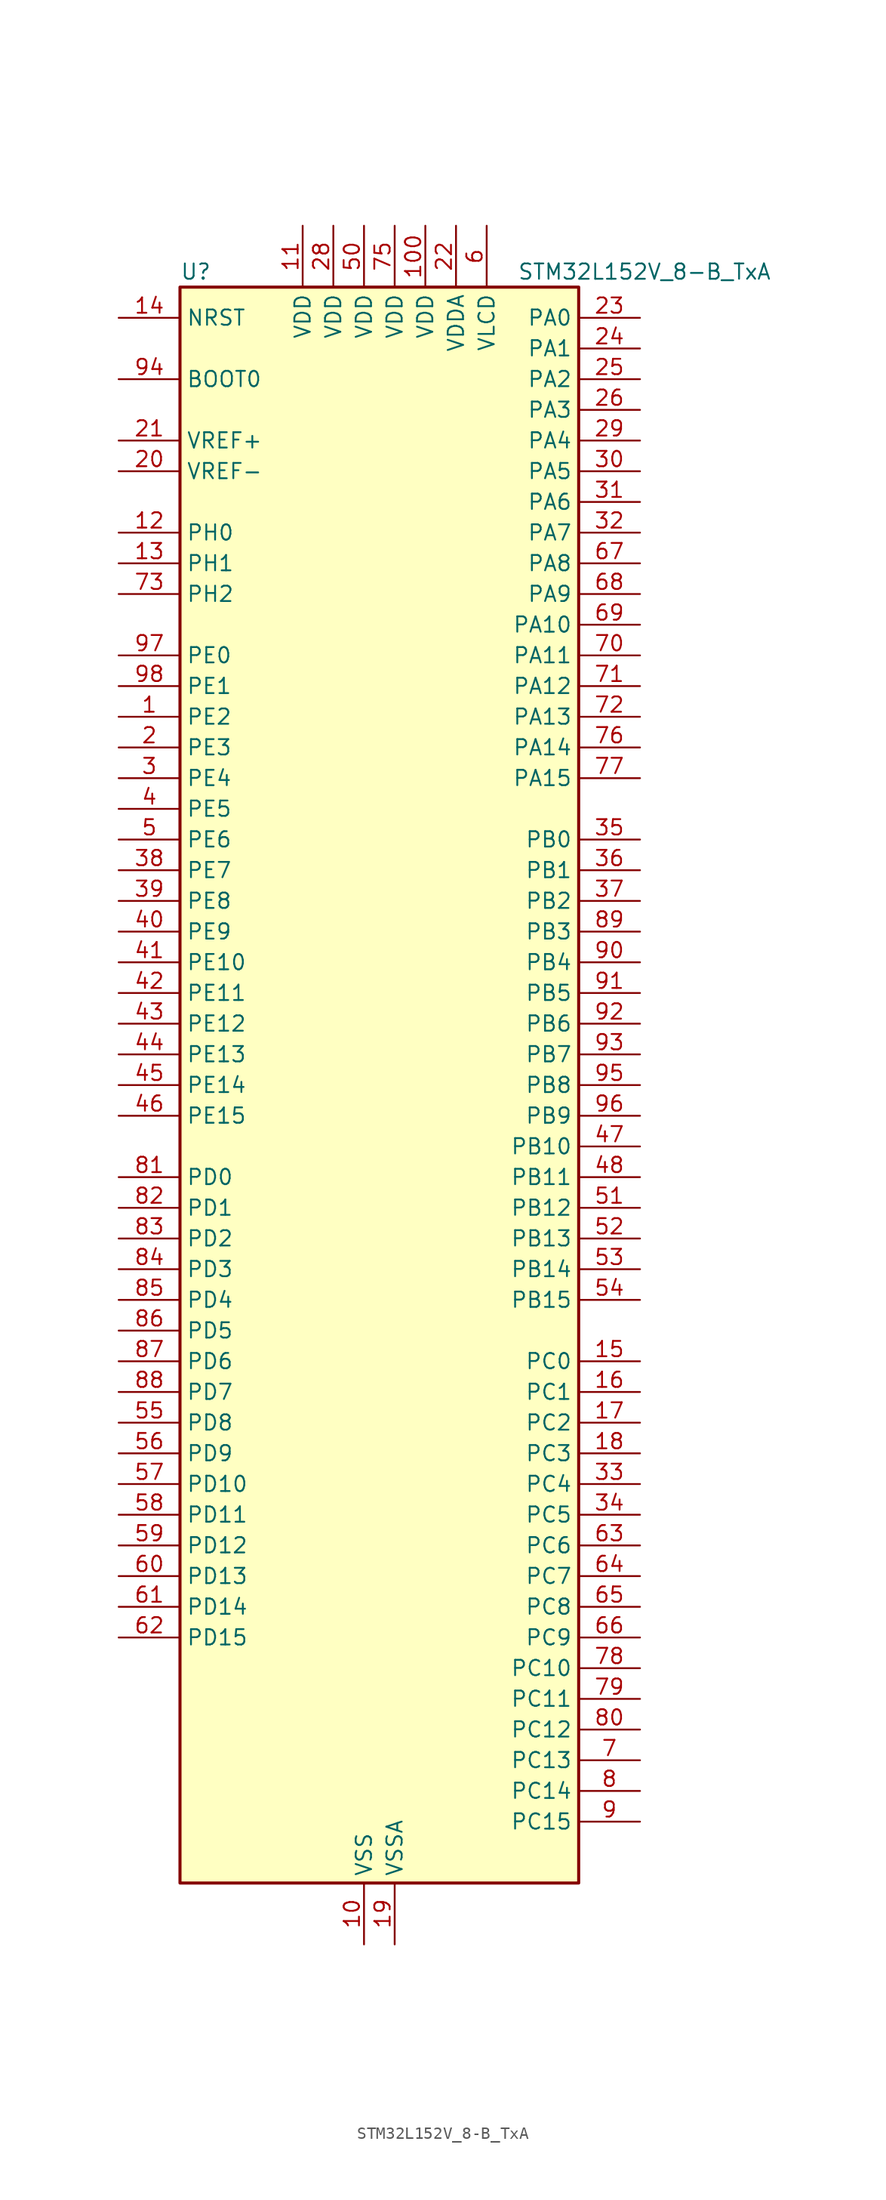
<source format=kicad_sym>
(kicad_symbol_lib
  (version 20231120)
  (generator "kicad-library-utils")
  (generator_version "8.0")
  (symbol "STM32L152V_8-B_TxA"
    (property "Reference" "U"
      (at -15.24 67.31 0)
      (effects (font (size 1.27 1.27)) (justify left)))
    (property "Value" "STM32L152V_8-B_TxA"
      (at 12.7 67.31 0)
      (effects (font (size 1.27 1.27)) (justify left)))
    (symbol "STM32L152V_8-B_TxA_0_1"
      (rectangle (start -15.24 -66.04) (end 17.78 66.04) (stroke (width 0.254) (type default)) (fill (type background))))
    (symbol "STM32L152V_8-B_TxA_1_1"
      (pin bidirectional line (at -20.32 30.48 0) (length 5.08) (name "PE2" (effects (font (size 1.27 1.27)))) (number "1" (effects (font (size 1.27 1.27)))) (alternate "LCD_SEG38" bidirectional line) (alternate "SYS_TRACECK" bidirectional line) (alternate "TIM3_ETR" bidirectional line) (alternate "TIMX_IC3" bidirectional line))
      (pin power_in line (at 0 -71.12 90) (length 5.08) (name "VSS" (effects (font (size 1.27 1.27)))) (number "10" (effects (font (size 1.27 1.27)))))
      (pin power_in line (at 5.08 71.12 270) (length 5.08) (name "VDD" (effects (font (size 1.27 1.27)))) (number "100" (effects (font (size 1.27 1.27)))))
      (pin power_in line (at -5.08 71.12 270) (length 5.08) (name "VDD" (effects (font (size 1.27 1.27)))) (number "11" (effects (font (size 1.27 1.27)))))
      (pin bidirectional line (at -20.32 45.72 0) (length 5.08) (name "PH0" (effects (font (size 1.27 1.27)))) (number "12" (effects (font (size 1.27 1.27)))) (alternate "RCC_OSC_IN" bidirectional line))
      (pin bidirectional line (at -20.32 43.18 0) (length 5.08) (name "PH1" (effects (font (size 1.27 1.27)))) (number "13" (effects (font (size 1.27 1.27)))) (alternate "RCC_OSC_OUT" bidirectional line))
      (pin input line (at -20.32 63.5 0) (length 5.08) (name "NRST" (effects (font (size 1.27 1.27)))) (number "14" (effects (font (size 1.27 1.27)))))
      (pin bidirectional line (at 22.86 -22.86 180) (length 5.08) (name "PC0" (effects (font (size 1.27 1.27)))) (number "15" (effects (font (size 1.27 1.27)))) (alternate "ADC_IN10" bidirectional line) (alternate "COMP1_INP" bidirectional line) (alternate "LCD_SEG18" bidirectional line) (alternate "TIMX_IC1" bidirectional line) (alternate "TS_G8_IO1" bidirectional line))
      (pin bidirectional line (at 22.86 -25.4 180) (length 5.08) (name "PC1" (effects (font (size 1.27 1.27)))) (number "16" (effects (font (size 1.27 1.27)))) (alternate "ADC_IN11" bidirectional line) (alternate "COMP1_INP" bidirectional line) (alternate "LCD_SEG19" bidirectional line) (alternate "TIMX_IC2" bidirectional line) (alternate "TS_G8_IO2" bidirectional line))
      (pin bidirectional line (at 22.86 -27.94 180) (length 5.08) (name "PC2" (effects (font (size 1.27 1.27)))) (number "17" (effects (font (size 1.27 1.27)))) (alternate "ADC_IN12" bidirectional line) (alternate "COMP1_INP" bidirectional line) (alternate "LCD_SEG20" bidirectional line) (alternate "TIMX_IC3" bidirectional line) (alternate "TS_G8_IO3" bidirectional line))
      (pin bidirectional line (at 22.86 -30.48 180) (length 5.08) (name "PC3" (effects (font (size 1.27 1.27)))) (number "18" (effects (font (size 1.27 1.27)))) (alternate "ADC_IN13" bidirectional line) (alternate "COMP1_INP" bidirectional line) (alternate "LCD_SEG21" bidirectional line) (alternate "TIMX_IC4" bidirectional line) (alternate "TS_G8_IO4" bidirectional line))
      (pin power_in line (at 2.54 -71.12 90) (length 5.08) (name "VSSA" (effects (font (size 1.27 1.27)))) (number "19" (effects (font (size 1.27 1.27)))))
      (pin bidirectional line (at -20.32 27.94 0) (length 5.08) (name "PE3" (effects (font (size 1.27 1.27)))) (number "2" (effects (font (size 1.27 1.27)))) (alternate "LCD_SEG39" bidirectional line) (alternate "SYS_TRACED0" bidirectional line) (alternate "TIM3_CH1" bidirectional line) (alternate "TIMX_IC4" bidirectional line))
      (pin input line (at -20.32 50.8 0) (length 5.08) (name "VREF-" (effects (font (size 1.27 1.27)))) (number "20" (effects (font (size 1.27 1.27)))))
      (pin input line (at -20.32 53.34 0) (length 5.08) (name "VREF+" (effects (font (size 1.27 1.27)))) (number "21" (effects (font (size 1.27 1.27)))))
      (pin power_in line (at 7.62 71.12 270) (length 5.08) (name "VDDA" (effects (font (size 1.27 1.27)))) (number "22" (effects (font (size 1.27 1.27)))))
      (pin bidirectional line (at 22.86 63.5 180) (length 5.08) (name "PA0" (effects (font (size 1.27 1.27)))) (number "23" (effects (font (size 1.27 1.27)))) (alternate "ADC_IN0" bidirectional line) (alternate "COMP1_INP" bidirectional line) (alternate "RTC_TAMP2" bidirectional line) (alternate "SYS_WKUP1" bidirectional line) (alternate "TIM2_CH1" bidirectional line) (alternate "TIM2_ETR" bidirectional line) (alternate "TIMX_IC1" bidirectional line) (alternate "TS_G1_IO1" bidirectional line) (alternate "USART2_CTS" bidirectional line))
      (pin bidirectional line (at 22.86 60.96 180) (length 5.08) (name "PA1" (effects (font (size 1.27 1.27)))) (number "24" (effects (font (size 1.27 1.27)))) (alternate "ADC_IN1" bidirectional line) (alternate "COMP1_INP" bidirectional line) (alternate "LCD_SEG0" bidirectional line) (alternate "TIM2_CH2" bidirectional line) (alternate "TIMX_IC2" bidirectional line) (alternate "TS_G1_IO2" bidirectional line) (alternate "USART2_RTS" bidirectional line))
      (pin bidirectional line (at 22.86 58.42 180) (length 5.08) (name "PA2" (effects (font (size 1.27 1.27)))) (number "25" (effects (font (size 1.27 1.27)))) (alternate "ADC_IN2" bidirectional line) (alternate "COMP1_INP" bidirectional line) (alternate "LCD_SEG1" bidirectional line) (alternate "TIM2_CH3" bidirectional line) (alternate "TIM9_CH1" bidirectional line) (alternate "TIMX_IC3" bidirectional line) (alternate "TS_G1_IO3" bidirectional line) (alternate "USART2_TX" bidirectional line))
      (pin bidirectional line (at 22.86 55.88 180) (length 5.08) (name "PA3" (effects (font (size 1.27 1.27)))) (number "26" (effects (font (size 1.27 1.27)))) (alternate "ADC_IN3" bidirectional line) (alternate "COMP1_INP" bidirectional line) (alternate "LCD_SEG2" bidirectional line) (alternate "TIM2_CH4" bidirectional line) (alternate "TIM9_CH2" bidirectional line) (alternate "TIMX_IC4" bidirectional line) (alternate "TS_G1_IO4" bidirectional line) (alternate "USART2_RX" bidirectional line))
      (pin passive line (at 0 -71.12 90) (length 5.08) hide (name "VSS" (effects (font (size 1.27 1.27)))) (number "27" (effects (font (size 1.27 1.27)))))
      (pin power_in line (at -2.54 71.12 270) (length 5.08) (name "VDD" (effects (font (size 1.27 1.27)))) (number "28" (effects (font (size 1.27 1.27)))))
      (pin bidirectional line (at 22.86 53.34 180) (length 5.08) (name "PA4" (effects (font (size 1.27 1.27)))) (number "29" (effects (font (size 1.27 1.27)))) (alternate "ADC_IN4" bidirectional line) (alternate "COMP1_INP" bidirectional line) (alternate "DAC_OUT1" bidirectional line) (alternate "SPI1_NSS" bidirectional line) (alternate "TIMX_IC1" bidirectional line) (alternate "USART2_CK" bidirectional line))
      (pin bidirectional line (at -20.32 25.4 0) (length 5.08) (name "PE4" (effects (font (size 1.27 1.27)))) (number "3" (effects (font (size 1.27 1.27)))) (alternate "SYS_TRACED1" bidirectional line) (alternate "TIM3_CH2" bidirectional line) (alternate "TIMX_IC1" bidirectional line))
      (pin bidirectional line (at 22.86 50.8 180) (length 5.08) (name "PA5" (effects (font (size 1.27 1.27)))) (number "30" (effects (font (size 1.27 1.27)))) (alternate "ADC_IN5" bidirectional line) (alternate "COMP1_INP" bidirectional line) (alternate "DAC_OUT2" bidirectional line) (alternate "SPI1_SCK" bidirectional line) (alternate "TIM2_CH1" bidirectional line) (alternate "TIM2_ETR" bidirectional line) (alternate "TIMX_IC2" bidirectional line))
      (pin bidirectional line (at 22.86 48.26 180) (length 5.08) (name "PA6" (effects (font (size 1.27 1.27)))) (number "31" (effects (font (size 1.27 1.27)))) (alternate "ADC_IN6" bidirectional line) (alternate "COMP1_INP" bidirectional line) (alternate "LCD_SEG3" bidirectional line) (alternate "SPI1_MISO" bidirectional line) (alternate "TIM10_CH1" bidirectional line) (alternate "TIM3_CH1" bidirectional line) (alternate "TIMX_IC3" bidirectional line) (alternate "TS_G2_IO1" bidirectional line))
      (pin bidirectional line (at 22.86 45.72 180) (length 5.08) (name "PA7" (effects (font (size 1.27 1.27)))) (number "32" (effects (font (size 1.27 1.27)))) (alternate "ADC_IN7" bidirectional line) (alternate "COMP1_INP" bidirectional line) (alternate "LCD_SEG4" bidirectional line) (alternate "SPI1_MOSI" bidirectional line) (alternate "TIM11_CH1" bidirectional line) (alternate "TIM3_CH2" bidirectional line) (alternate "TIMX_IC4" bidirectional line) (alternate "TS_G2_IO2" bidirectional line))
      (pin bidirectional line (at 22.86 -33.02 180) (length 5.08) (name "PC4" (effects (font (size 1.27 1.27)))) (number "33" (effects (font (size 1.27 1.27)))) (alternate "ADC_IN14" bidirectional line) (alternate "COMP1_INP" bidirectional line) (alternate "LCD_SEG22" bidirectional line) (alternate "TIMX_IC1" bidirectional line) (alternate "TS_G9_IO1" bidirectional line))
      (pin bidirectional line (at 22.86 -35.56 180) (length 5.08) (name "PC5" (effects (font (size 1.27 1.27)))) (number "34" (effects (font (size 1.27 1.27)))) (alternate "ADC_IN15" bidirectional line) (alternate "COMP1_INP" bidirectional line) (alternate "LCD_SEG23" bidirectional line) (alternate "TIMX_IC2" bidirectional line) (alternate "TS_G9_IO2" bidirectional line))
      (pin bidirectional line (at 22.86 20.32 180) (length 5.08) (name "PB0" (effects (font (size 1.27 1.27)))) (number "35" (effects (font (size 1.27 1.27)))) (alternate "ADC_IN8" bidirectional line) (alternate "COMP1_INP" bidirectional line) (alternate "LCD_SEG5" bidirectional line) (alternate "SYS_V_REF_OUT" bidirectional line) (alternate "TIM3_CH3" bidirectional line) (alternate "TS_G3_IO1" bidirectional line))
      (pin bidirectional line (at 22.86 17.78 180) (length 5.08) (name "PB1" (effects (font (size 1.27 1.27)))) (number "36" (effects (font (size 1.27 1.27)))) (alternate "ADC_IN9" bidirectional line) (alternate "COMP1_INP" bidirectional line) (alternate "LCD_SEG6" bidirectional line) (alternate "SYS_V_REF_OUT" bidirectional line) (alternate "TIM3_CH4" bidirectional line) (alternate "TS_G3_IO2" bidirectional line))
      (pin bidirectional line (at 22.86 15.24 180) (length 5.08) (name "PB2" (effects (font (size 1.27 1.27)))) (number "37" (effects (font (size 1.27 1.27)))) (alternate "TS_G3_IO3" bidirectional line))
      (pin bidirectional line (at -20.32 17.78 0) (length 5.08) (name "PE7" (effects (font (size 1.27 1.27)))) (number "38" (effects (font (size 1.27 1.27)))) (alternate "ADC_IN22" bidirectional line) (alternate "COMP1_INP" bidirectional line) (alternate "TIMX_IC4" bidirectional line))
      (pin bidirectional line (at -20.32 15.24 0) (length 5.08) (name "PE8" (effects (font (size 1.27 1.27)))) (number "39" (effects (font (size 1.27 1.27)))) (alternate "ADC_IN23" bidirectional line) (alternate "COMP1_INP" bidirectional line) (alternate "TIMX_IC1" bidirectional line))
      (pin bidirectional line (at -20.32 22.86 0) (length 5.08) (name "PE5" (effects (font (size 1.27 1.27)))) (number "4" (effects (font (size 1.27 1.27)))) (alternate "SYS_TRACED2" bidirectional line) (alternate "TIM9_CH1" bidirectional line) (alternate "TIMX_IC2" bidirectional line))
      (pin bidirectional line (at -20.32 12.7 0) (length 5.08) (name "PE9" (effects (font (size 1.27 1.27)))) (number "40" (effects (font (size 1.27 1.27)))) (alternate "ADC_IN24" bidirectional line) (alternate "COMP1_INP" bidirectional line) (alternate "DAC_EXTI9" bidirectional line) (alternate "TIM2_CH1" bidirectional line) (alternate "TIM2_ETR" bidirectional line) (alternate "TIMX_IC2" bidirectional line))
      (pin bidirectional line (at -20.32 10.16 0) (length 5.08) (name "PE10" (effects (font (size 1.27 1.27)))) (number "41" (effects (font (size 1.27 1.27)))) (alternate "ADC_IN25" bidirectional line) (alternate "COMP1_INP" bidirectional line) (alternate "TIM2_CH2" bidirectional line) (alternate "TIMX_IC3" bidirectional line))
      (pin bidirectional line (at -20.32 7.62 0) (length 5.08) (name "PE11" (effects (font (size 1.27 1.27)))) (number "42" (effects (font (size 1.27 1.27)))) (alternate "ADC_EXTI11" bidirectional line) (alternate "TIM2_CH3" bidirectional line) (alternate "TIMX_IC4" bidirectional line))
      (pin bidirectional line (at -20.32 5.08 0) (length 5.08) (name "PE12" (effects (font (size 1.27 1.27)))) (number "43" (effects (font (size 1.27 1.27)))) (alternate "SPI1_NSS" bidirectional line) (alternate "TIM2_CH4" bidirectional line) (alternate "TIMX_IC1" bidirectional line))
      (pin bidirectional line (at -20.32 2.54 0) (length 5.08) (name "PE13" (effects (font (size 1.27 1.27)))) (number "44" (effects (font (size 1.27 1.27)))) (alternate "SPI1_SCK" bidirectional line) (alternate "TIMX_IC2" bidirectional line))
      (pin bidirectional line (at -20.32 0 0) (length 5.08) (name "PE14" (effects (font (size 1.27 1.27)))) (number "45" (effects (font (size 1.27 1.27)))) (alternate "SPI1_MISO" bidirectional line) (alternate "TIMX_IC3" bidirectional line))
      (pin bidirectional line (at -20.32 -2.54 0) (length 5.08) (name "PE15" (effects (font (size 1.27 1.27)))) (number "46" (effects (font (size 1.27 1.27)))) (alternate "ADC_EXTI15" bidirectional line) (alternate "SPI1_MOSI" bidirectional line) (alternate "TIMX_IC4" bidirectional line))
      (pin bidirectional line (at 22.86 -5.08 180) (length 5.08) (name "PB10" (effects (font (size 1.27 1.27)))) (number "47" (effects (font (size 1.27 1.27)))) (alternate "I2C2_SCL" bidirectional line) (alternate "LCD_SEG10" bidirectional line) (alternate "TIM2_CH3" bidirectional line) (alternate "USART3_TX" bidirectional line))
      (pin bidirectional line (at 22.86 -7.62 180) (length 5.08) (name "PB11" (effects (font (size 1.27 1.27)))) (number "48" (effects (font (size 1.27 1.27)))) (alternate "ADC_EXTI11" bidirectional line) (alternate "I2C2_SDA" bidirectional line) (alternate "LCD_SEG11" bidirectional line) (alternate "TIM2_CH4" bidirectional line) (alternate "USART3_RX" bidirectional line))
      (pin passive line (at 0 -71.12 90) (length 5.08) hide (name "VSS" (effects (font (size 1.27 1.27)))) (number "49" (effects (font (size 1.27 1.27)))))
      (pin bidirectional line (at -20.32 20.32 0) (length 5.08) (name "PE6" (effects (font (size 1.27 1.27)))) (number "5" (effects (font (size 1.27 1.27)))) (alternate "RTC_TAMP3" bidirectional line) (alternate "SYS_TRACED3" bidirectional line) (alternate "SYS_WKUP3" bidirectional line) (alternate "TIM9_CH2" bidirectional line) (alternate "TIMX_IC3" bidirectional line))
      (pin power_in line (at 0 71.12 270) (length 5.08) (name "VDD" (effects (font (size 1.27 1.27)))) (number "50" (effects (font (size 1.27 1.27)))))
      (pin bidirectional line (at 22.86 -10.16 180) (length 5.08) (name "PB12" (effects (font (size 1.27 1.27)))) (number "51" (effects (font (size 1.27 1.27)))) (alternate "ADC_IN18" bidirectional line) (alternate "COMP1_INP" bidirectional line) (alternate "I2C2_SMBA" bidirectional line) (alternate "LCD_SEG12" bidirectional line) (alternate "SPI2_NSS" bidirectional line) (alternate "TIM10_CH1" bidirectional line) (alternate "TS_G7_IO1" bidirectional line) (alternate "USART3_CK" bidirectional line))
      (pin bidirectional line (at 22.86 -12.7 180) (length 5.08) (name "PB13" (effects (font (size 1.27 1.27)))) (number "52" (effects (font (size 1.27 1.27)))) (alternate "ADC_IN19" bidirectional line) (alternate "COMP1_INP" bidirectional line) (alternate "LCD_SEG13" bidirectional line) (alternate "SPI2_SCK" bidirectional line) (alternate "TIM9_CH1" bidirectional line) (alternate "TS_G7_IO2" bidirectional line) (alternate "USART3_CTS" bidirectional line))
      (pin bidirectional line (at 22.86 -15.24 180) (length 5.08) (name "PB14" (effects (font (size 1.27 1.27)))) (number "53" (effects (font (size 1.27 1.27)))) (alternate "ADC_IN20" bidirectional line) (alternate "COMP1_INP" bidirectional line) (alternate "LCD_SEG14" bidirectional line) (alternate "SPI2_MISO" bidirectional line) (alternate "TIM9_CH2" bidirectional line) (alternate "TS_G7_IO3" bidirectional line) (alternate "USART3_RTS" bidirectional line))
      (pin bidirectional line (at 22.86 -17.78 180) (length 5.08) (name "PB15" (effects (font (size 1.27 1.27)))) (number "54" (effects (font (size 1.27 1.27)))) (alternate "ADC_EXTI15" bidirectional line) (alternate "ADC_IN21" bidirectional line) (alternate "COMP1_INP" bidirectional line) (alternate "LCD_SEG15" bidirectional line) (alternate "RTC_REFIN" bidirectional line) (alternate "SPI2_MOSI" bidirectional line) (alternate "TIM11_CH1" bidirectional line) (alternate "TS_G7_IO4" bidirectional line))
      (pin bidirectional line (at -20.32 -27.94 0) (length 5.08) (name "PD8" (effects (font (size 1.27 1.27)))) (number "55" (effects (font (size 1.27 1.27)))) (alternate "LCD_SEG28" bidirectional line) (alternate "TIMX_IC1" bidirectional line) (alternate "USART3_TX" bidirectional line))
      (pin bidirectional line (at -20.32 -30.48 0) (length 5.08) (name "PD9" (effects (font (size 1.27 1.27)))) (number "56" (effects (font (size 1.27 1.27)))) (alternate "DAC_EXTI9" bidirectional line) (alternate "LCD_SEG29" bidirectional line) (alternate "TIMX_IC2" bidirectional line) (alternate "USART3_RX" bidirectional line))
      (pin bidirectional line (at -20.32 -33.02 0) (length 5.08) (name "PD10" (effects (font (size 1.27 1.27)))) (number "57" (effects (font (size 1.27 1.27)))) (alternate "LCD_SEG30" bidirectional line) (alternate "TIMX_IC3" bidirectional line) (alternate "USART3_CK" bidirectional line))
      (pin bidirectional line (at -20.32 -35.56 0) (length 5.08) (name "PD11" (effects (font (size 1.27 1.27)))) (number "58" (effects (font (size 1.27 1.27)))) (alternate "ADC_EXTI11" bidirectional line) (alternate "LCD_SEG31" bidirectional line) (alternate "TIMX_IC4" bidirectional line) (alternate "USART3_CTS" bidirectional line))
      (pin bidirectional line (at -20.32 -38.1 0) (length 5.08) (name "PD12" (effects (font (size 1.27 1.27)))) (number "59" (effects (font (size 1.27 1.27)))) (alternate "LCD_SEG32" bidirectional line) (alternate "TIM4_CH1" bidirectional line) (alternate "TIMX_IC1" bidirectional line) (alternate "USART3_RTS" bidirectional line))
      (pin power_in line (at 10.16 71.12 270) (length 5.08) (name "VLCD" (effects (font (size 1.27 1.27)))) (number "6" (effects (font (size 1.27 1.27)))))
      (pin bidirectional line (at -20.32 -40.64 0) (length 5.08) (name "PD13" (effects (font (size 1.27 1.27)))) (number "60" (effects (font (size 1.27 1.27)))) (alternate "LCD_SEG33" bidirectional line) (alternate "TIM4_CH2" bidirectional line) (alternate "TIMX_IC2" bidirectional line))
      (pin bidirectional line (at -20.32 -43.18 0) (length 5.08) (name "PD14" (effects (font (size 1.27 1.27)))) (number "61" (effects (font (size 1.27 1.27)))) (alternate "LCD_SEG34" bidirectional line) (alternate "TIM4_CH3" bidirectional line) (alternate "TIMX_IC3" bidirectional line))
      (pin bidirectional line (at -20.32 -45.72 0) (length 5.08) (name "PD15" (effects (font (size 1.27 1.27)))) (number "62" (effects (font (size 1.27 1.27)))) (alternate "ADC_EXTI15" bidirectional line) (alternate "LCD_SEG35" bidirectional line) (alternate "TIM4_CH4" bidirectional line) (alternate "TIMX_IC4" bidirectional line))
      (pin bidirectional line (at 22.86 -38.1 180) (length 5.08) (name "PC6" (effects (font (size 1.27 1.27)))) (number "63" (effects (font (size 1.27 1.27)))) (alternate "LCD_SEG24" bidirectional line) (alternate "TIM3_CH1" bidirectional line) (alternate "TIMX_IC3" bidirectional line) (alternate "TS_G10_IO1" bidirectional line))
      (pin bidirectional line (at 22.86 -40.64 180) (length 5.08) (name "PC7" (effects (font (size 1.27 1.27)))) (number "64" (effects (font (size 1.27 1.27)))) (alternate "LCD_SEG25" bidirectional line) (alternate "TIM3_CH2" bidirectional line) (alternate "TIMX_IC4" bidirectional line) (alternate "TS_G10_IO2" bidirectional line))
      (pin bidirectional line (at 22.86 -43.18 180) (length 5.08) (name "PC8" (effects (font (size 1.27 1.27)))) (number "65" (effects (font (size 1.27 1.27)))) (alternate "LCD_SEG26" bidirectional line) (alternate "TIM3_CH3" bidirectional line) (alternate "TIMX_IC1" bidirectional line) (alternate "TS_G10_IO3" bidirectional line))
      (pin bidirectional line (at 22.86 -45.72 180) (length 5.08) (name "PC9" (effects (font (size 1.27 1.27)))) (number "66" (effects (font (size 1.27 1.27)))) (alternate "DAC_EXTI9" bidirectional line) (alternate "LCD_SEG27" bidirectional line) (alternate "TIM3_CH4" bidirectional line) (alternate "TIMX_IC2" bidirectional line) (alternate "TS_G10_IO4" bidirectional line))
      (pin bidirectional line (at 22.86 43.18 180) (length 5.08) (name "PA8" (effects (font (size 1.27 1.27)))) (number "67" (effects (font (size 1.27 1.27)))) (alternate "LCD_COM0" bidirectional line) (alternate "RCC_MCO" bidirectional line) (alternate "TIMX_IC1" bidirectional line) (alternate "TS_G4_IO1" bidirectional line) (alternate "USART1_CK" bidirectional line))
      (pin bidirectional line (at 22.86 40.64 180) (length 5.08) (name "PA9" (effects (font (size 1.27 1.27)))) (number "68" (effects (font (size 1.27 1.27)))) (alternate "DAC_EXTI9" bidirectional line) (alternate "LCD_COM1" bidirectional line) (alternate "TIMX_IC2" bidirectional line) (alternate "TS_G4_IO2" bidirectional line) (alternate "USART1_TX" bidirectional line))
      (pin bidirectional line (at 22.86 38.1 180) (length 5.08) (name "PA10" (effects (font (size 1.27 1.27)))) (number "69" (effects (font (size 1.27 1.27)))) (alternate "LCD_COM2" bidirectional line) (alternate "TIMX_IC3" bidirectional line) (alternate "TS_G4_IO3" bidirectional line) (alternate "USART1_RX" bidirectional line))
      (pin bidirectional line (at 22.86 -55.88 180) (length 5.08) (name "PC13" (effects (font (size 1.27 1.27)))) (number "7" (effects (font (size 1.27 1.27)))) (alternate "RTC_OUT_ALARM" bidirectional line) (alternate "RTC_OUT_CALIB" bidirectional line) (alternate "RTC_TAMP1" bidirectional line) (alternate "RTC_TS" bidirectional line) (alternate "SYS_WKUP2" bidirectional line) (alternate "TIMX_IC2" bidirectional line))
      (pin bidirectional line (at 22.86 35.56 180) (length 5.08) (name "PA11" (effects (font (size 1.27 1.27)))) (number "70" (effects (font (size 1.27 1.27)))) (alternate "ADC_EXTI11" bidirectional line) (alternate "SPI1_MISO" bidirectional line) (alternate "TIMX_IC4" bidirectional line) (alternate "USART1_CTS" bidirectional line) (alternate "USB_DM" bidirectional line))
      (pin bidirectional line (at 22.86 33.02 180) (length 5.08) (name "PA12" (effects (font (size 1.27 1.27)))) (number "71" (effects (font (size 1.27 1.27)))) (alternate "SPI1_MOSI" bidirectional line) (alternate "TIMX_IC1" bidirectional line) (alternate "USART1_RTS" bidirectional line) (alternate "USB_DP" bidirectional line))
      (pin bidirectional line (at 22.86 30.48 180) (length 5.08) (name "PA13" (effects (font (size 1.27 1.27)))) (number "72" (effects (font (size 1.27 1.27)))) (alternate "SYS_JTMS-SWDIO" bidirectional line) (alternate "TIMX_IC2" bidirectional line) (alternate "TS_G5_IO1" bidirectional line))
      (pin bidirectional line (at -20.32 40.64 0) (length 5.08) (name "PH2" (effects (font (size 1.27 1.27)))) (number "73" (effects (font (size 1.27 1.27)))))
      (pin passive line (at 0 -71.12 90) (length 5.08) hide (name "VSS" (effects (font (size 1.27 1.27)))) (number "74" (effects (font (size 1.27 1.27)))))
      (pin power_in line (at 2.54 71.12 270) (length 5.08) (name "VDD" (effects (font (size 1.27 1.27)))) (number "75" (effects (font (size 1.27 1.27)))))
      (pin bidirectional line (at 22.86 27.94 180) (length 5.08) (name "PA14" (effects (font (size 1.27 1.27)))) (number "76" (effects (font (size 1.27 1.27)))) (alternate "SYS_JTCK-SWCLK" bidirectional line) (alternate "TIMX_IC3" bidirectional line) (alternate "TS_G5_IO2" bidirectional line))
      (pin bidirectional line (at 22.86 25.4 180) (length 5.08) (name "PA15" (effects (font (size 1.27 1.27)))) (number "77" (effects (font (size 1.27 1.27)))) (alternate "ADC_EXTI15" bidirectional line) (alternate "LCD_SEG17" bidirectional line) (alternate "SPI1_NSS" bidirectional line) (alternate "SYS_JTDI" bidirectional line) (alternate "TIM2_CH1" bidirectional line) (alternate "TIM2_ETR" bidirectional line) (alternate "TIMX_IC4" bidirectional line) (alternate "TS_G5_IO3" bidirectional line))
      (pin bidirectional line (at 22.86 -48.26 180) (length 5.08) (name "PC10" (effects (font (size 1.27 1.27)))) (number "78" (effects (font (size 1.27 1.27)))) (alternate "LCD_COM4" bidirectional line) (alternate "LCD_SEG28" bidirectional line) (alternate "LCD_SEG40" bidirectional line) (alternate "TIMX_IC3" bidirectional line) (alternate "USART3_TX" bidirectional line))
      (pin bidirectional line (at 22.86 -50.8 180) (length 5.08) (name "PC11" (effects (font (size 1.27 1.27)))) (number "79" (effects (font (size 1.27 1.27)))) (alternate "ADC_EXTI11" bidirectional line) (alternate "LCD_COM5" bidirectional line) (alternate "LCD_SEG29" bidirectional line) (alternate "LCD_SEG41" bidirectional line) (alternate "TIMX_IC4" bidirectional line) (alternate "USART3_RX" bidirectional line))
      (pin bidirectional line (at 22.86 -58.42 180) (length 5.08) (name "PC14" (effects (font (size 1.27 1.27)))) (number "8" (effects (font (size 1.27 1.27)))) (alternate "RCC_OSC32_IN" bidirectional line) (alternate "TIMX_IC3" bidirectional line))
      (pin bidirectional line (at 22.86 -53.34 180) (length 5.08) (name "PC12" (effects (font (size 1.27 1.27)))) (number "80" (effects (font (size 1.27 1.27)))) (alternate "LCD_COM6" bidirectional line) (alternate "LCD_SEG30" bidirectional line) (alternate "LCD_SEG42" bidirectional line) (alternate "TIMX_IC1" bidirectional line) (alternate "USART3_CK" bidirectional line))
      (pin bidirectional line (at -20.32 -7.62 0) (length 5.08) (name "PD0" (effects (font (size 1.27 1.27)))) (number "81" (effects (font (size 1.27 1.27)))) (alternate "SPI2_NSS" bidirectional line) (alternate "TIM9_CH1" bidirectional line) (alternate "TIMX_IC1" bidirectional line))
      (pin bidirectional line (at -20.32 -10.16 0) (length 5.08) (name "PD1" (effects (font (size 1.27 1.27)))) (number "82" (effects (font (size 1.27 1.27)))) (alternate "SPI2_SCK" bidirectional line) (alternate "TIMX_IC2" bidirectional line))
      (pin bidirectional line (at -20.32 -12.7 0) (length 5.08) (name "PD2" (effects (font (size 1.27 1.27)))) (number "83" (effects (font (size 1.27 1.27)))) (alternate "LCD_COM7" bidirectional line) (alternate "LCD_SEG31" bidirectional line) (alternate "LCD_SEG43" bidirectional line) (alternate "TIM3_ETR" bidirectional line) (alternate "TIMX_IC3" bidirectional line))
      (pin bidirectional line (at -20.32 -15.24 0) (length 5.08) (name "PD3" (effects (font (size 1.27 1.27)))) (number "84" (effects (font (size 1.27 1.27)))) (alternate "SPI2_MISO" bidirectional line) (alternate "TIMX_IC4" bidirectional line) (alternate "USART2_CTS" bidirectional line))
      (pin bidirectional line (at -20.32 -17.78 0) (length 5.08) (name "PD4" (effects (font (size 1.27 1.27)))) (number "85" (effects (font (size 1.27 1.27)))) (alternate "SPI2_MOSI" bidirectional line) (alternate "TIMX_IC1" bidirectional line) (alternate "USART2_RTS" bidirectional line))
      (pin bidirectional line (at -20.32 -20.32 0) (length 5.08) (name "PD5" (effects (font (size 1.27 1.27)))) (number "86" (effects (font (size 1.27 1.27)))) (alternate "TIMX_IC2" bidirectional line) (alternate "USART2_TX" bidirectional line))
      (pin bidirectional line (at -20.32 -22.86 0) (length 5.08) (name "PD6" (effects (font (size 1.27 1.27)))) (number "87" (effects (font (size 1.27 1.27)))) (alternate "TIMX_IC3" bidirectional line) (alternate "USART2_RX" bidirectional line))
      (pin bidirectional line (at -20.32 -25.4 0) (length 5.08) (name "PD7" (effects (font (size 1.27 1.27)))) (number "88" (effects (font (size 1.27 1.27)))) (alternate "TIM9_CH2" bidirectional line) (alternate "TIMX_IC4" bidirectional line) (alternate "USART2_CK" bidirectional line))
      (pin bidirectional line (at 22.86 12.7 180) (length 5.08) (name "PB3" (effects (font (size 1.27 1.27)))) (number "89" (effects (font (size 1.27 1.27)))) (alternate "COMP2_INM" bidirectional line) (alternate "LCD_SEG7" bidirectional line) (alternate "SPI1_SCK" bidirectional line) (alternate "SYS_JTDO-TRACESWO" bidirectional line) (alternate "TIM2_CH2" bidirectional line))
      (pin bidirectional line (at 22.86 -60.96 180) (length 5.08) (name "PC15" (effects (font (size 1.27 1.27)))) (number "9" (effects (font (size 1.27 1.27)))) (alternate "ADC_EXTI15" bidirectional line) (alternate "RCC_OSC32_OUT" bidirectional line) (alternate "TIMX_IC4" bidirectional line))
      (pin bidirectional line (at 22.86 10.16 180) (length 5.08) (name "PB4" (effects (font (size 1.27 1.27)))) (number "90" (effects (font (size 1.27 1.27)))) (alternate "COMP2_INP" bidirectional line) (alternate "LCD_SEG8" bidirectional line) (alternate "SPI1_MISO" bidirectional line) (alternate "SYS_JTRST" bidirectional line) (alternate "TIM3_CH1" bidirectional line) (alternate "TS_G6_IO1" bidirectional line))
      (pin bidirectional line (at 22.86 7.62 180) (length 5.08) (name "PB5" (effects (font (size 1.27 1.27)))) (number "91" (effects (font (size 1.27 1.27)))) (alternate "COMP2_INP" bidirectional line) (alternate "I2C1_SMBA" bidirectional line) (alternate "LCD_SEG9" bidirectional line) (alternate "SPI1_MOSI" bidirectional line) (alternate "TIM3_CH2" bidirectional line) (alternate "TS_G6_IO2" bidirectional line))
      (pin bidirectional line (at 22.86 5.08 180) (length 5.08) (name "PB6" (effects (font (size 1.27 1.27)))) (number "92" (effects (font (size 1.27 1.27)))) (alternate "I2C1_SCL" bidirectional line) (alternate "TIM4_CH1" bidirectional line) (alternate "TS_G6_IO3" bidirectional line) (alternate "USART1_TX" bidirectional line))
      (pin bidirectional line (at 22.86 2.54 180) (length 5.08) (name "PB7" (effects (font (size 1.27 1.27)))) (number "93" (effects (font (size 1.27 1.27)))) (alternate "I2C1_SDA" bidirectional line) (alternate "SYS_PVD_IN" bidirectional line) (alternate "TIM4_CH2" bidirectional line) (alternate "TS_G6_IO4" bidirectional line) (alternate "USART1_RX" bidirectional line))
      (pin input line (at -20.32 58.42 0) (length 5.08) (name "BOOT0" (effects (font (size 1.27 1.27)))) (number "94" (effects (font (size 1.27 1.27)))))
      (pin bidirectional line (at 22.86 0 180) (length 5.08) (name "PB8" (effects (font (size 1.27 1.27)))) (number "95" (effects (font (size 1.27 1.27)))) (alternate "I2C1_SCL" bidirectional line) (alternate "LCD_SEG16" bidirectional line) (alternate "TIM10_CH1" bidirectional line) (alternate "TIM4_CH3" bidirectional line))
      (pin bidirectional line (at 22.86 -2.54 180) (length 5.08) (name "PB9" (effects (font (size 1.27 1.27)))) (number "96" (effects (font (size 1.27 1.27)))) (alternate "DAC_EXTI9" bidirectional line) (alternate "I2C1_SDA" bidirectional line) (alternate "LCD_COM3" bidirectional line) (alternate "TIM11_CH1" bidirectional line) (alternate "TIM4_CH4" bidirectional line))
      (pin bidirectional line (at -20.32 35.56 0) (length 5.08) (name "PE0" (effects (font (size 1.27 1.27)))) (number "97" (effects (font (size 1.27 1.27)))) (alternate "LCD_SEG36" bidirectional line) (alternate "TIM10_CH1" bidirectional line) (alternate "TIM4_ETR" bidirectional line) (alternate "TIMX_IC1" bidirectional line))
      (pin bidirectional line (at -20.32 33.02 0) (length 5.08) (name "PE1" (effects (font (size 1.27 1.27)))) (number "98" (effects (font (size 1.27 1.27)))) (alternate "LCD_SEG37" bidirectional line) (alternate "TIM11_CH1" bidirectional line) (alternate "TIMX_IC2" bidirectional line))
      (pin passive line (at 0 -71.12 90) (length 5.08) hide (name "VSS" (effects (font (size 1.27 1.27)))) (number "99" (effects (font (size 1.27 1.27))))))))
</source>
